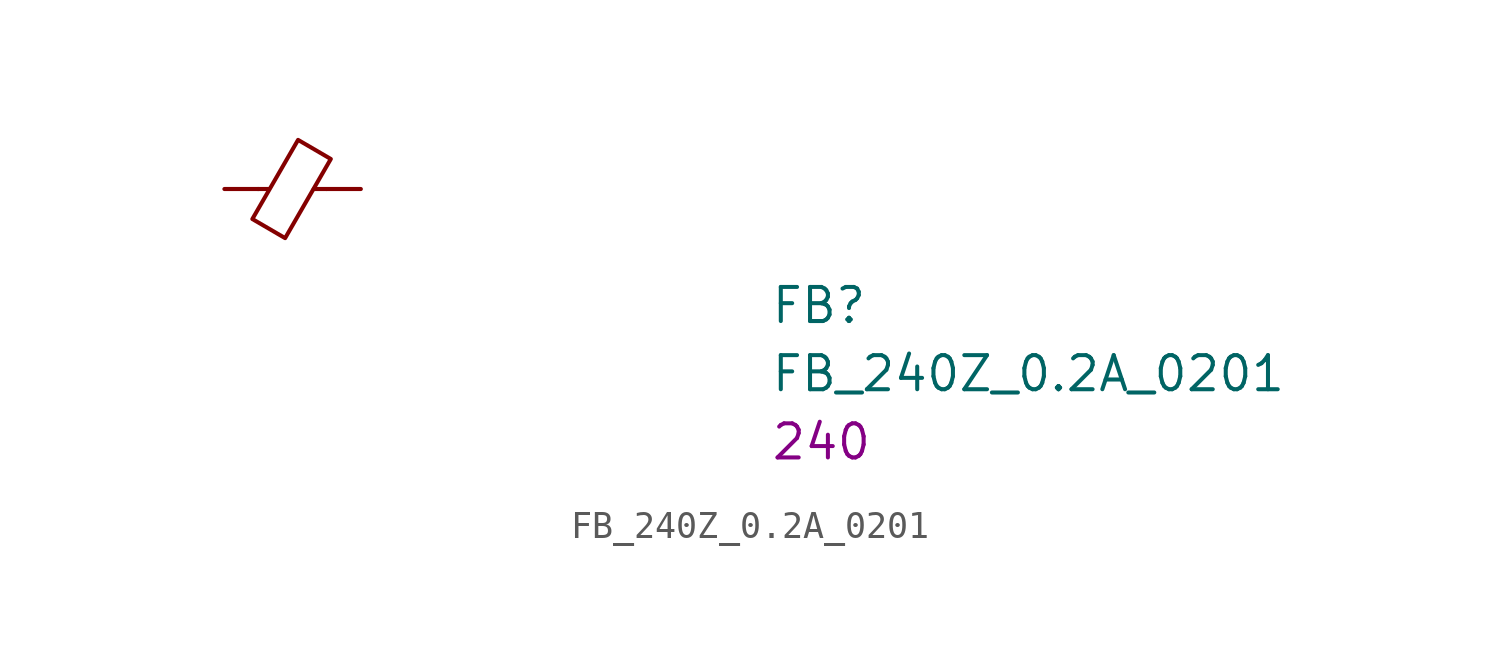
<source format=kicad_sym>
(kicad_symbol_lib
  (version 20211014)
  (generator kicad_symbol_editor)
  (symbol "FB_240Z_0.2A_0201"
    (pin_numbers hide)
    (pin_names hide)
    (property "Reference" "FB"
      (at 20.32 -5.08 0)
      (effects (font (size 1.27 1.27) (thickness 0.15)) (justify left bottom)))
    (property "Value" "FB_240Z_0.2A_0201"
      (at 20.32 -7.62 0)
      (effects (font (size 1.27 1.27) (thickness 0.15)) (justify left bottom)))
    (property "Val" "240"
      (at 20.32 -10.16 0)
      (effects (font (size 1.27 1.27) (thickness 0.15)) (justify left bottom)))
    (symbol "FB_240Z_0.2A_0201_0_1"
      (polyline (pts (xy 1.651 0) (xy 1.245 0)) (stroke (width 0) (type default) (color 0 0 0 0)) (fill (type none)))
      (polyline (pts (xy 3.81 0) (xy 3.327 0)) (stroke (width 0) (type default) (color 0 0 0 0)) (fill (type none)))
      (polyline (pts (xy 2.261 -1.829) (xy 1.041 -1.118) (xy 2.743 1.829) (xy 3.962 1.118) (xy 2.261 -1.829)) (stroke (width 0) (type default) (color 0 0 0 0)) (fill (type none))))
    (symbol "FB_240Z_0.2A_0201_1_1"
      (pin passive line (at 0 0 0) (length 1.27) (name "~" (effects (font (size 1.27 1.27)))) (number "1" (effects (font (size 1.27 1.27)))))
      (pin passive line (at 5.08 0 180) (length 1.27) (name "~" (effects (font (size 1.27 1.27)))) (number "2" (effects (font (size 1.27 1.27))))))))
</source>
